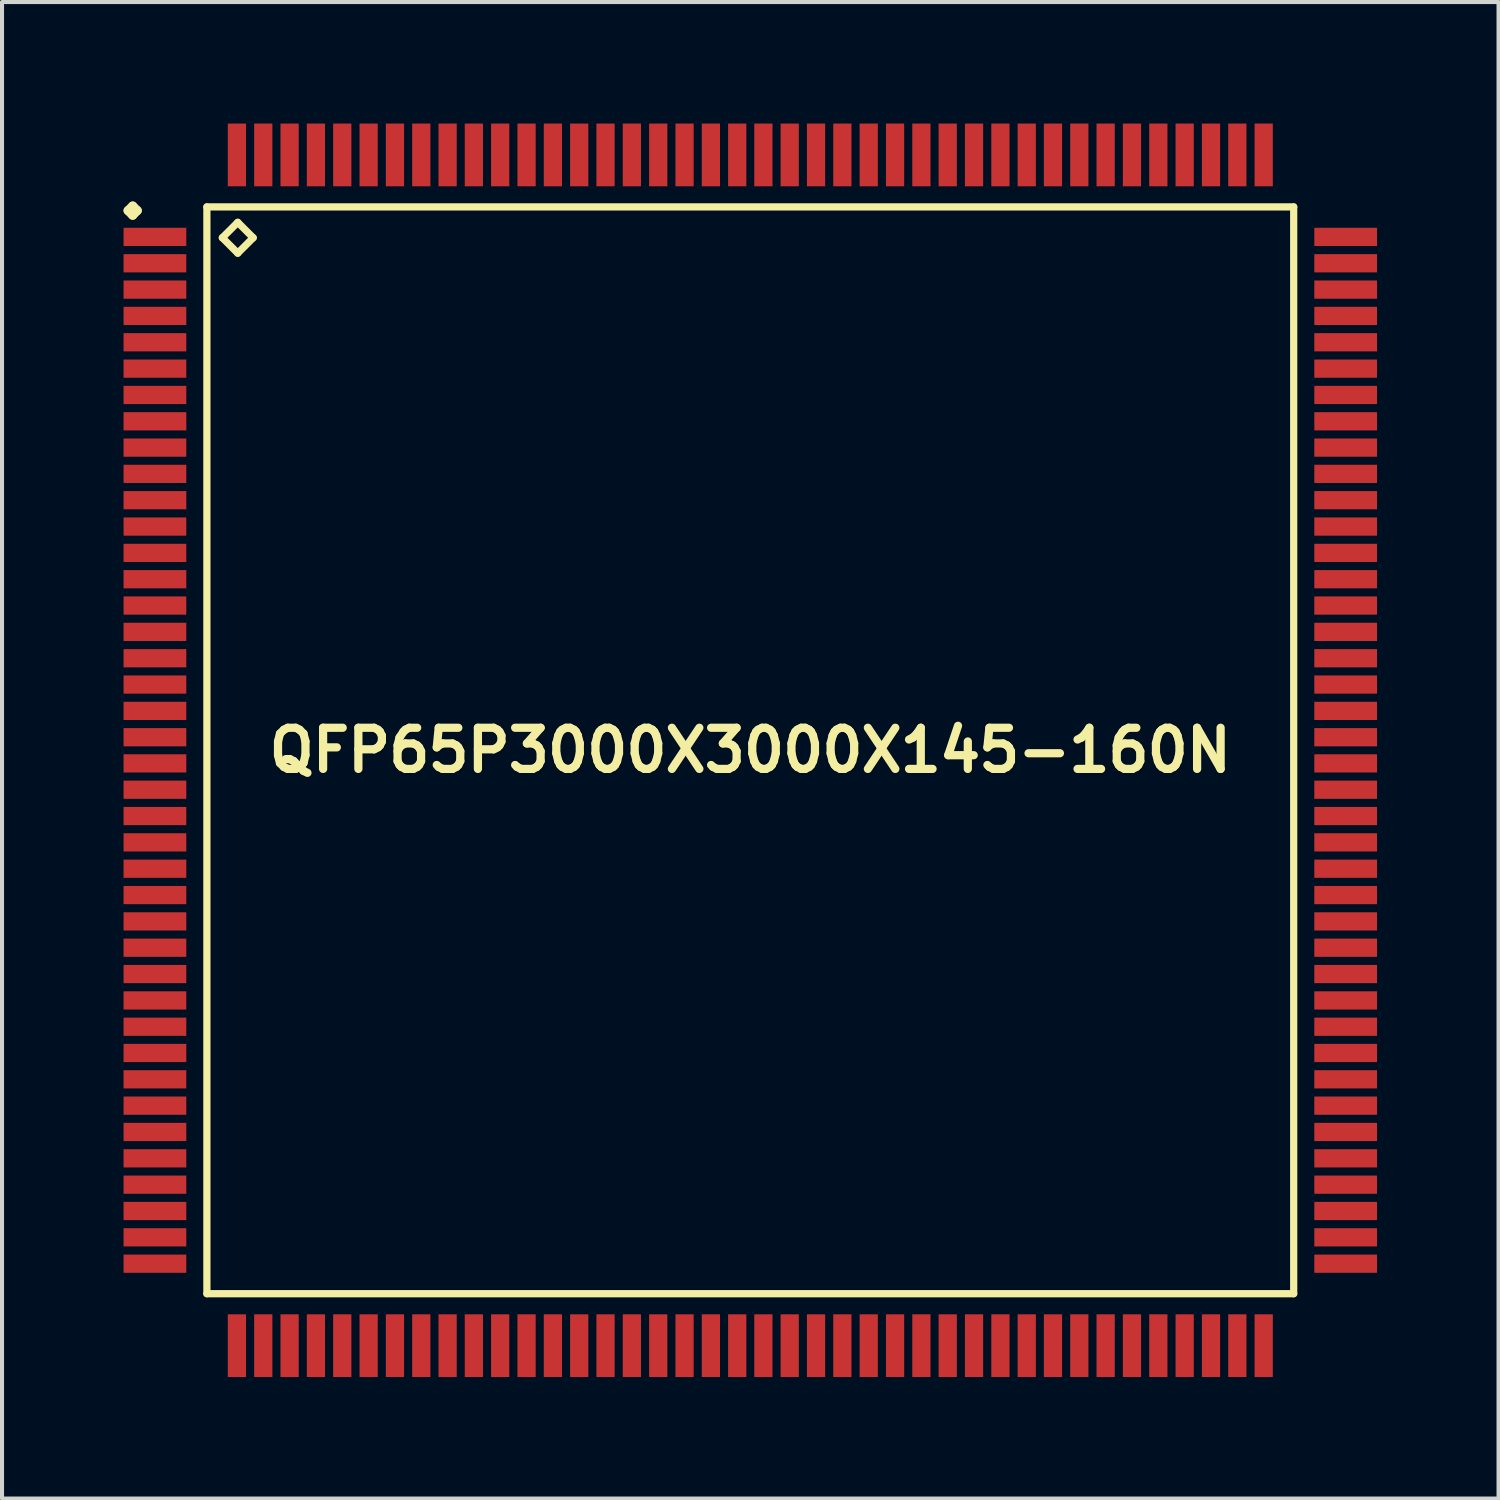
<source format=kicad_pcb>
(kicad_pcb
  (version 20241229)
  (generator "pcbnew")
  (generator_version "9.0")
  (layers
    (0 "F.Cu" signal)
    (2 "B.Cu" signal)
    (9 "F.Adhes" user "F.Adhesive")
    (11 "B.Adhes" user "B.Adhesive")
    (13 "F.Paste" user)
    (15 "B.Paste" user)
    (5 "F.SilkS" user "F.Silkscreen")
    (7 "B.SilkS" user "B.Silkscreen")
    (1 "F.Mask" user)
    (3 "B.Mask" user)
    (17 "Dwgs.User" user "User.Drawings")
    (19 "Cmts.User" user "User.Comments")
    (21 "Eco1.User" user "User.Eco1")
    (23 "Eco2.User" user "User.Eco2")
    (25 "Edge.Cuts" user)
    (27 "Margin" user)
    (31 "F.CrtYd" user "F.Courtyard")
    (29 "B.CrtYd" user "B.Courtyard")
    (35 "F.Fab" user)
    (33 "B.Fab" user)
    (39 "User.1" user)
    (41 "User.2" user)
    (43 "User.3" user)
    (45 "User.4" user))
  (footprint "QFP65P3000X3000X145-160N"
    (layer "F.Cu")
    (at 15.474 15.474)
    (property "Reference" "QFP65P3000X3000X145-160N" (at 0 0 0) (layer "F.SilkS") (effects (font (size 1.016 1.016) (thickness 0.203))))
    (attr smd)
    (fp_line (start -15.362 -13.325) (end -15.248 -13.437) (stroke (width 0.224) (type solid)) (layer "F.SilkS"))
    (fp_line (start -15.248 -13.437) (end -15.136 -13.325) (stroke (width 0.224) (type solid)) (layer "F.SilkS"))
    (fp_line (start -15.248 -13.211) (end -15.362 -13.325) (stroke (width 0.224) (type solid)) (layer "F.SilkS"))
    (fp_line (start -15.136 -13.325) (end -15.248 -13.211) (stroke (width 0.224) (type solid)) (layer "F.SilkS"))
    (fp_line (start -13.416 -13.416) (end -13.416 13.416) (stroke (width 0.178) (type solid)) (layer "F.SilkS"))
    (fp_line (start -13.416 13.416) (end 13.416 13.416) (stroke (width 0.178) (type solid)) (layer "F.SilkS"))
    (fp_line (start -13.035 -12.654) (end -12.654 -13.035) (stroke (width 0.178) (type solid)) (layer "F.SilkS"))
    (fp_line (start -12.654 -13.035) (end -12.273 -12.654) (stroke (width 0.178) (type solid)) (layer "F.SilkS"))
    (fp_line (start -12.654 -12.273) (end -13.035 -12.654) (stroke (width 0.178) (type solid)) (layer "F.SilkS"))
    (fp_line (start -12.273 -12.654) (end -12.654 -12.273) (stroke (width 0.178) (type solid)) (layer "F.SilkS"))
    (fp_line (start 13.416 -13.416) (end -13.416 -13.416) (stroke (width 0.178) (type solid)) (layer "F.SilkS"))
    (fp_line (start 13.416 13.416) (end 13.416 -13.416) (stroke (width 0.178) (type solid)) (layer "F.SilkS"))
    (pad "1" smd rect (at -14.699 -12.675) (size 1.549 0.45) (layers "F.Cu" "F.Mask" "F.Paste"))
    (pad "2" smd rect (at -14.699 -12.024) (size 1.549 0.45) (layers "F.Cu" "F.Mask" "F.Paste"))
    (pad "3" smd rect (at -14.699 -11.374) (size 1.549 0.45) (layers "F.Cu" "F.Mask" "F.Paste"))
    (pad "4" smd rect (at -14.699 -10.724) (size 1.549 0.45) (layers "F.Cu" "F.Mask" "F.Paste"))
    (pad "5" smd rect (at -14.699 -10.074) (size 1.549 0.45) (layers "F.Cu" "F.Mask" "F.Paste"))
    (pad "6" smd rect (at -14.699 -9.423) (size 1.549 0.45) (layers "F.Cu" "F.Mask" "F.Paste"))
    (pad "7" smd rect (at -14.699 -8.773) (size 1.549 0.45) (layers "F.Cu" "F.Mask" "F.Paste"))
    (pad "8" smd rect (at -14.699 -8.123) (size 1.549 0.45) (layers "F.Cu" "F.Mask" "F.Paste"))
    (pad "9" smd rect (at -14.699 -7.473) (size 1.549 0.45) (layers "F.Cu" "F.Mask" "F.Paste"))
    (pad "10" smd rect (at -14.699 -6.825) (size 1.549 0.45) (layers "F.Cu" "F.Mask" "F.Paste"))
    (pad "11" smd rect (at -14.699 -6.175) (size 1.549 0.45) (layers "F.Cu" "F.Mask" "F.Paste"))
    (pad "12" smd rect (at -14.699 -5.524) (size 1.549 0.45) (layers "F.Cu" "F.Mask" "F.Paste"))
    (pad "13" smd rect (at -14.699 -4.874) (size 1.549 0.45) (layers "F.Cu" "F.Mask" "F.Paste"))
    (pad "14" smd rect (at -14.699 -4.224) (size 1.549 0.45) (layers "F.Cu" "F.Mask" "F.Paste"))
    (pad "15" smd rect (at -14.699 -3.574) (size 1.549 0.45) (layers "F.Cu" "F.Mask" "F.Paste"))
    (pad "16" smd rect (at -14.699 -2.924) (size 1.549 0.45) (layers "F.Cu" "F.Mask" "F.Paste"))
    (pad "17" smd rect (at -14.699 -2.273) (size 1.549 0.45) (layers "F.Cu" "F.Mask" "F.Paste"))
    (pad "18" smd rect (at -14.699 -1.623) (size 1.549 0.45) (layers "F.Cu" "F.Mask" "F.Paste"))
    (pad "19" smd rect (at -14.699 -0.973) (size 1.549 0.45) (layers "F.Cu" "F.Mask" "F.Paste"))
    (pad "20" smd rect (at -14.699 -0.323) (size 1.549 0.45) (layers "F.Cu" "F.Mask" "F.Paste"))
    (pad "21" smd rect (at -14.699 0.323) (size 1.549 0.45) (layers "F.Cu" "F.Mask" "F.Paste"))
    (pad "22" smd rect (at -14.699 0.973) (size 1.549 0.45) (layers "F.Cu" "F.Mask" "F.Paste"))
    (pad "23" smd rect (at -14.699 1.623) (size 1.549 0.45) (layers "F.Cu" "F.Mask" "F.Paste"))
    (pad "24" smd rect (at -14.699 2.273) (size 1.549 0.45) (layers "F.Cu" "F.Mask" "F.Paste"))
    (pad "25" smd rect (at -14.699 2.924) (size 1.549 0.45) (layers "F.Cu" "F.Mask" "F.Paste"))
    (pad "26" smd rect (at -14.699 3.574) (size 1.549 0.45) (layers "F.Cu" "F.Mask" "F.Paste"))
    (pad "27" smd rect (at -14.699 4.224) (size 1.549 0.45) (layers "F.Cu" "F.Mask" "F.Paste"))
    (pad "28" smd rect (at -14.699 4.874) (size 1.549 0.45) (layers "F.Cu" "F.Mask" "F.Paste"))
    (pad "29" smd rect (at -14.699 5.524) (size 1.549 0.45) (layers "F.Cu" "F.Mask" "F.Paste"))
    (pad "30" smd rect (at -14.699 6.175) (size 1.549 0.45) (layers "F.Cu" "F.Mask" "F.Paste"))
    (pad "31" smd rect (at -14.699 6.825) (size 1.549 0.45) (layers "F.Cu" "F.Mask" "F.Paste"))
    (pad "32" smd rect (at -14.699 7.473) (size 1.549 0.45) (layers "F.Cu" "F.Mask" "F.Paste"))
    (pad "33" smd rect (at -14.699 8.123) (size 1.549 0.45) (layers "F.Cu" "F.Mask" "F.Paste"))
    (pad "34" smd rect (at -14.699 8.773) (size 1.549 0.45) (layers "F.Cu" "F.Mask" "F.Paste"))
    (pad "35" smd rect (at -14.699 9.423) (size 1.549 0.45) (layers "F.Cu" "F.Mask" "F.Paste"))
    (pad "36" smd rect (at -14.699 10.074) (size 1.549 0.45) (layers "F.Cu" "F.Mask" "F.Paste"))
    (pad "37" smd rect (at -14.699 10.724) (size 1.549 0.45) (layers "F.Cu" "F.Mask" "F.Paste"))
    (pad "38" smd rect (at -14.699 11.374) (size 1.549 0.45) (layers "F.Cu" "F.Mask" "F.Paste"))
    (pad "39" smd rect (at -14.699 12.024) (size 1.549 0.45) (layers "F.Cu" "F.Mask" "F.Paste"))
    (pad "40" smd rect (at -14.699 12.675) (size 1.549 0.45) (layers "F.Cu" "F.Mask" "F.Paste"))
    (pad "41" smd rect (at -12.675 14.699) (size 0.45 1.549) (layers "F.Cu" "F.Mask" "F.Paste"))
    (pad "42" smd rect (at -12.024 14.699) (size 0.45 1.549) (layers "F.Cu" "F.Mask" "F.Paste"))
    (pad "43" smd rect (at -11.374 14.699) (size 0.45 1.549) (layers "F.Cu" "F.Mask" "F.Paste"))
    (pad "44" smd rect (at -10.724 14.699) (size 0.45 1.549) (layers "F.Cu" "F.Mask" "F.Paste"))
    (pad "45" smd rect (at -10.074 14.699) (size 0.45 1.549) (layers "F.Cu" "F.Mask" "F.Paste"))
    (pad "46" smd rect (at -9.423 14.699) (size 0.45 1.549) (layers "F.Cu" "F.Mask" "F.Paste"))
    (pad "47" smd rect (at -8.773 14.699) (size 0.45 1.549) (layers "F.Cu" "F.Mask" "F.Paste"))
    (pad "48" smd rect (at -8.123 14.699) (size 0.45 1.549) (layers "F.Cu" "F.Mask" "F.Paste"))
    (pad "49" smd rect (at -7.473 14.699) (size 0.45 1.549) (layers "F.Cu" "F.Mask" "F.Paste"))
    (pad "50" smd rect (at -6.825 14.699) (size 0.45 1.549) (layers "F.Cu" "F.Mask" "F.Paste"))
    (pad "51" smd rect (at -6.175 14.699) (size 0.45 1.549) (layers "F.Cu" "F.Mask" "F.Paste"))
    (pad "52" smd rect (at -5.524 14.699) (size 0.45 1.549) (layers "F.Cu" "F.Mask" "F.Paste"))
    (pad "53" smd rect (at -4.874 14.699) (size 0.45 1.549) (layers "F.Cu" "F.Mask" "F.Paste"))
    (pad "54" smd rect (at -4.224 14.699) (size 0.45 1.549) (layers "F.Cu" "F.Mask" "F.Paste"))
    (pad "55" smd rect (at -3.574 14.699) (size 0.45 1.549) (layers "F.Cu" "F.Mask" "F.Paste"))
    (pad "56" smd rect (at -2.924 14.699) (size 0.45 1.549) (layers "F.Cu" "F.Mask" "F.Paste"))
    (pad "57" smd rect (at -2.273 14.699) (size 0.45 1.549) (layers "F.Cu" "F.Mask" "F.Paste"))
    (pad "58" smd rect (at -1.623 14.699) (size 0.45 1.549) (layers "F.Cu" "F.Mask" "F.Paste"))
    (pad "59" smd rect (at -0.973 14.699) (size 0.45 1.549) (layers "F.Cu" "F.Mask" "F.Paste"))
    (pad "60" smd rect (at -0.323 14.699) (size 0.45 1.549) (layers "F.Cu" "F.Mask" "F.Paste"))
    (pad "61" smd rect (at 0.323 14.699) (size 0.45 1.549) (layers "F.Cu" "F.Mask" "F.Paste"))
    (pad "62" smd rect (at 0.973 14.699) (size 0.45 1.549) (layers "F.Cu" "F.Mask" "F.Paste"))
    (pad "63" smd rect (at 1.623 14.699) (size 0.45 1.549) (layers "F.Cu" "F.Mask" "F.Paste"))
    (pad "64" smd rect (at 2.273 14.699) (size 0.45 1.549) (layers "F.Cu" "F.Mask" "F.Paste"))
    (pad "65" smd rect (at 2.924 14.699) (size 0.45 1.549) (layers "F.Cu" "F.Mask" "F.Paste"))
    (pad "66" smd rect (at 3.574 14.699) (size 0.45 1.549) (layers "F.Cu" "F.Mask" "F.Paste"))
    (pad "67" smd rect (at 4.224 14.699) (size 0.45 1.549) (layers "F.Cu" "F.Mask" "F.Paste"))
    (pad "68" smd rect (at 4.874 14.699) (size 0.45 1.549) (layers "F.Cu" "F.Mask" "F.Paste"))
    (pad "69" smd rect (at 5.524 14.699) (size 0.45 1.549) (layers "F.Cu" "F.Mask" "F.Paste"))
    (pad "70" smd rect (at 6.175 14.699) (size 0.45 1.549) (layers "F.Cu" "F.Mask" "F.Paste"))
    (pad "71" smd rect (at 6.825 14.699) (size 0.45 1.549) (layers "F.Cu" "F.Mask" "F.Paste"))
    (pad "72" smd rect (at 7.473 14.699) (size 0.45 1.549) (layers "F.Cu" "F.Mask" "F.Paste"))
    (pad "73" smd rect (at 8.123 14.699) (size 0.45 1.549) (layers "F.Cu" "F.Mask" "F.Paste"))
    (pad "74" smd rect (at 8.773 14.699) (size 0.45 1.549) (layers "F.Cu" "F.Mask" "F.Paste"))
    (pad "75" smd rect (at 9.423 14.699) (size 0.45 1.549) (layers "F.Cu" "F.Mask" "F.Paste"))
    (pad "76" smd rect (at 10.074 14.699) (size 0.45 1.549) (layers "F.Cu" "F.Mask" "F.Paste"))
    (pad "77" smd rect (at 10.724 14.699) (size 0.45 1.549) (layers "F.Cu" "F.Mask" "F.Paste"))
    (pad "78" smd rect (at 11.374 14.699) (size 0.45 1.549) (layers "F.Cu" "F.Mask" "F.Paste"))
    (pad "79" smd rect (at 12.024 14.699) (size 0.45 1.549) (layers "F.Cu" "F.Mask" "F.Paste"))
    (pad "80" smd rect (at 12.675 14.699) (size 0.45 1.549) (layers "F.Cu" "F.Mask" "F.Paste"))
    (pad "81" smd rect (at 14.699 12.675) (size 1.549 0.45) (layers "F.Cu" "F.Mask" "F.Paste"))
    (pad "82" smd rect (at 14.699 12.024) (size 1.549 0.45) (layers "F.Cu" "F.Mask" "F.Paste"))
    (pad "83" smd rect (at 14.699 11.374) (size 1.549 0.45) (layers "F.Cu" "F.Mask" "F.Paste"))
    (pad "84" smd rect (at 14.699 10.724) (size 1.549 0.45) (layers "F.Cu" "F.Mask" "F.Paste"))
    (pad "85" smd rect (at 14.699 10.074) (size 1.549 0.45) (layers "F.Cu" "F.Mask" "F.Paste"))
    (pad "86" smd rect (at 14.699 9.423) (size 1.549 0.45) (layers "F.Cu" "F.Mask" "F.Paste"))
    (pad "87" smd rect (at 14.699 8.773) (size 1.549 0.45) (layers "F.Cu" "F.Mask" "F.Paste"))
    (pad "88" smd rect (at 14.699 8.123) (size 1.549 0.45) (layers "F.Cu" "F.Mask" "F.Paste"))
    (pad "89" smd rect (at 14.699 7.473) (size 1.549 0.45) (layers "F.Cu" "F.Mask" "F.Paste"))
    (pad "90" smd rect (at 14.699 6.825) (size 1.549 0.45) (layers "F.Cu" "F.Mask" "F.Paste"))
    (pad "91" smd rect (at 14.699 6.175) (size 1.549 0.45) (layers "F.Cu" "F.Mask" "F.Paste"))
    (pad "92" smd rect (at 14.699 5.524) (size 1.549 0.45) (layers "F.Cu" "F.Mask" "F.Paste"))
    (pad "93" smd rect (at 14.699 4.874) (size 1.549 0.45) (layers "F.Cu" "F.Mask" "F.Paste"))
    (pad "94" smd rect (at 14.699 4.224) (size 1.549 0.45) (layers "F.Cu" "F.Mask" "F.Paste"))
    (pad "95" smd rect (at 14.699 3.574) (size 1.549 0.45) (layers "F.Cu" "F.Mask" "F.Paste"))
    (pad "96" smd rect (at 14.699 2.924) (size 1.549 0.45) (layers "F.Cu" "F.Mask" "F.Paste"))
    (pad "97" smd rect (at 14.699 2.273) (size 1.549 0.45) (layers "F.Cu" "F.Mask" "F.Paste"))
    (pad "98" smd rect (at 14.699 1.623) (size 1.549 0.45) (layers "F.Cu" "F.Mask" "F.Paste"))
    (pad "99" smd rect (at 14.699 0.973) (size 1.549 0.45) (layers "F.Cu" "F.Mask" "F.Paste"))
    (pad "100" smd rect (at 14.699 0.323) (size 1.549 0.45) (layers "F.Cu" "F.Mask" "F.Paste"))
    (pad "101" smd rect (at 14.699 -0.323) (size 1.549 0.45) (layers "F.Cu" "F.Mask" "F.Paste"))
    (pad "102" smd rect (at 14.699 -0.973) (size 1.549 0.45) (layers "F.Cu" "F.Mask" "F.Paste"))
    (pad "103" smd rect (at 14.699 -1.623) (size 1.549 0.45) (layers "F.Cu" "F.Mask" "F.Paste"))
    (pad "104" smd rect (at 14.699 -2.273) (size 1.549 0.45) (layers "F.Cu" "F.Mask" "F.Paste"))
    (pad "105" smd rect (at 14.699 -2.924) (size 1.549 0.45) (layers "F.Cu" "F.Mask" "F.Paste"))
    (pad "106" smd rect (at 14.699 -3.574) (size 1.549 0.45) (layers "F.Cu" "F.Mask" "F.Paste"))
    (pad "107" smd rect (at 14.699 -4.224) (size 1.549 0.45) (layers "F.Cu" "F.Mask" "F.Paste"))
    (pad "108" smd rect (at 14.699 -4.874) (size 1.549 0.45) (layers "F.Cu" "F.Mask" "F.Paste"))
    (pad "109" smd rect (at 14.699 -5.524) (size 1.549 0.45) (layers "F.Cu" "F.Mask" "F.Paste"))
    (pad "110" smd rect (at 14.699 -6.175) (size 1.549 0.45) (layers "F.Cu" "F.Mask" "F.Paste"))
    (pad "111" smd rect (at 14.699 -6.825) (size 1.549 0.45) (layers "F.Cu" "F.Mask" "F.Paste"))
    (pad "112" smd rect (at 14.699 -7.473) (size 1.549 0.45) (layers "F.Cu" "F.Mask" "F.Paste"))
    (pad "113" smd rect (at 14.699 -8.123) (size 1.549 0.45) (layers "F.Cu" "F.Mask" "F.Paste"))
    (pad "114" smd rect (at 14.699 -8.773) (size 1.549 0.45) (layers "F.Cu" "F.Mask" "F.Paste"))
    (pad "115" smd rect (at 14.699 -9.423) (size 1.549 0.45) (layers "F.Cu" "F.Mask" "F.Paste"))
    (pad "116" smd rect (at 14.699 -10.074) (size 1.549 0.45) (layers "F.Cu" "F.Mask" "F.Paste"))
    (pad "117" smd rect (at 14.699 -10.724) (size 1.549 0.45) (layers "F.Cu" "F.Mask" "F.Paste"))
    (pad "118" smd rect (at 14.699 -11.374) (size 1.549 0.45) (layers "F.Cu" "F.Mask" "F.Paste"))
    (pad "119" smd rect (at 14.699 -12.024) (size 1.549 0.45) (layers "F.Cu" "F.Mask" "F.Paste"))
    (pad "120" smd rect (at 14.699 -12.675) (size 1.549 0.45) (layers "F.Cu" "F.Mask" "F.Paste"))
    (pad "121" smd rect (at 12.675 -14.699) (size 0.45 1.549) (layers "F.Cu" "F.Mask" "F.Paste"))
    (pad "122" smd rect (at 12.024 -14.699) (size 0.45 1.549) (layers "F.Cu" "F.Mask" "F.Paste"))
    (pad "123" smd rect (at 11.374 -14.699) (size 0.45 1.549) (layers "F.Cu" "F.Mask" "F.Paste"))
    (pad "124" smd rect (at 10.724 -14.699) (size 0.45 1.549) (layers "F.Cu" "F.Mask" "F.Paste"))
    (pad "125" smd rect (at 10.074 -14.699) (size 0.45 1.549) (layers "F.Cu" "F.Mask" "F.Paste"))
    (pad "126" smd rect (at 9.423 -14.699) (size 0.45 1.549) (layers "F.Cu" "F.Mask" "F.Paste"))
    (pad "127" smd rect (at 8.773 -14.699) (size 0.45 1.549) (layers "F.Cu" "F.Mask" "F.Paste"))
    (pad "128" smd rect (at 8.123 -14.699) (size 0.45 1.549) (layers "F.Cu" "F.Mask" "F.Paste"))
    (pad "129" smd rect (at 7.473 -14.699) (size 0.45 1.549) (layers "F.Cu" "F.Mask" "F.Paste"))
    (pad "130" smd rect (at 6.825 -14.699) (size 0.45 1.549) (layers "F.Cu" "F.Mask" "F.Paste"))
    (pad "131" smd rect (at 6.175 -14.699) (size 0.45 1.549) (layers "F.Cu" "F.Mask" "F.Paste"))
    (pad "132" smd rect (at 5.524 -14.699) (size 0.45 1.549) (layers "F.Cu" "F.Mask" "F.Paste"))
    (pad "133" smd rect (at 4.874 -14.699) (size 0.45 1.549) (layers "F.Cu" "F.Mask" "F.Paste"))
    (pad "134" smd rect (at 4.224 -14.699) (size 0.45 1.549) (layers "F.Cu" "F.Mask" "F.Paste"))
    (pad "135" smd rect (at 3.574 -14.699) (size 0.45 1.549) (layers "F.Cu" "F.Mask" "F.Paste"))
    (pad "136" smd rect (at 2.924 -14.699) (size 0.45 1.549) (layers "F.Cu" "F.Mask" "F.Paste"))
    (pad "137" smd rect (at 2.273 -14.699) (size 0.45 1.549) (layers "F.Cu" "F.Mask" "F.Paste"))
    (pad "138" smd rect (at 1.623 -14.699) (size 0.45 1.549) (layers "F.Cu" "F.Mask" "F.Paste"))
    (pad "139" smd rect (at 0.973 -14.699) (size 0.45 1.549) (layers "F.Cu" "F.Mask" "F.Paste"))
    (pad "140" smd rect (at 0.323 -14.699) (size 0.45 1.549) (layers "F.Cu" "F.Mask" "F.Paste"))
    (pad "141" smd rect (at -0.323 -14.699) (size 0.45 1.549) (layers "F.Cu" "F.Mask" "F.Paste"))
    (pad "142" smd rect (at -0.973 -14.699) (size 0.45 1.549) (layers "F.Cu" "F.Mask" "F.Paste"))
    (pad "143" smd rect (at -1.623 -14.699) (size 0.45 1.549) (layers "F.Cu" "F.Mask" "F.Paste"))
    (pad "144" smd rect (at -2.273 -14.699) (size 0.45 1.549) (layers "F.Cu" "F.Mask" "F.Paste"))
    (pad "145" smd rect (at -2.924 -14.699) (size 0.45 1.549) (layers "F.Cu" "F.Mask" "F.Paste"))
    (pad "146" smd rect (at -3.574 -14.699) (size 0.45 1.549) (layers "F.Cu" "F.Mask" "F.Paste"))
    (pad "147" smd rect (at -4.224 -14.699) (size 0.45 1.549) (layers "F.Cu" "F.Mask" "F.Paste"))
    (pad "148" smd rect (at -4.874 -14.699) (size 0.45 1.549) (layers "F.Cu" "F.Mask" "F.Paste"))
    (pad "149" smd rect (at -5.524 -14.699) (size 0.45 1.549) (layers "F.Cu" "F.Mask" "F.Paste"))
    (pad "150" smd rect (at -6.175 -14.699) (size 0.45 1.549) (layers "F.Cu" "F.Mask" "F.Paste"))
    (pad "151" smd rect (at -6.825 -14.699) (size 0.45 1.549) (layers "F.Cu" "F.Mask" "F.Paste"))
    (pad "152" smd rect (at -7.473 -14.699) (size 0.45 1.549) (layers "F.Cu" "F.Mask" "F.Paste"))
    (pad "153" smd rect (at -8.123 -14.699) (size 0.45 1.549) (layers "F.Cu" "F.Mask" "F.Paste"))
    (pad "154" smd rect (at -8.773 -14.699) (size 0.45 1.549) (layers "F.Cu" "F.Mask" "F.Paste"))
    (pad "155" smd rect (at -9.423 -14.699) (size 0.45 1.549) (layers "F.Cu" "F.Mask" "F.Paste"))
    (pad "156" smd rect (at -10.074 -14.699) (size 0.45 1.549) (layers "F.Cu" "F.Mask" "F.Paste"))
    (pad "157" smd rect (at -10.724 -14.699) (size 0.45 1.549) (layers "F.Cu" "F.Mask" "F.Paste"))
    (pad "158" smd rect (at -11.374 -14.699) (size 0.45 1.549) (layers "F.Cu" "F.Mask" "F.Paste"))
    (pad "159" smd rect (at -12.024 -14.699) (size 0.45 1.549) (layers "F.Cu" "F.Mask" "F.Paste"))
    (pad "160" smd rect (at -12.675 -14.699) (size 0.45 1.549) (layers "F.Cu" "F.Mask" "F.Paste")))
  (gr_rect
    (start -3 -3)
    (end 33.947 33.947)
    (stroke (width 0.1) (type default))
    (fill no)
    (layer "Edge.Cuts")))
</source>
